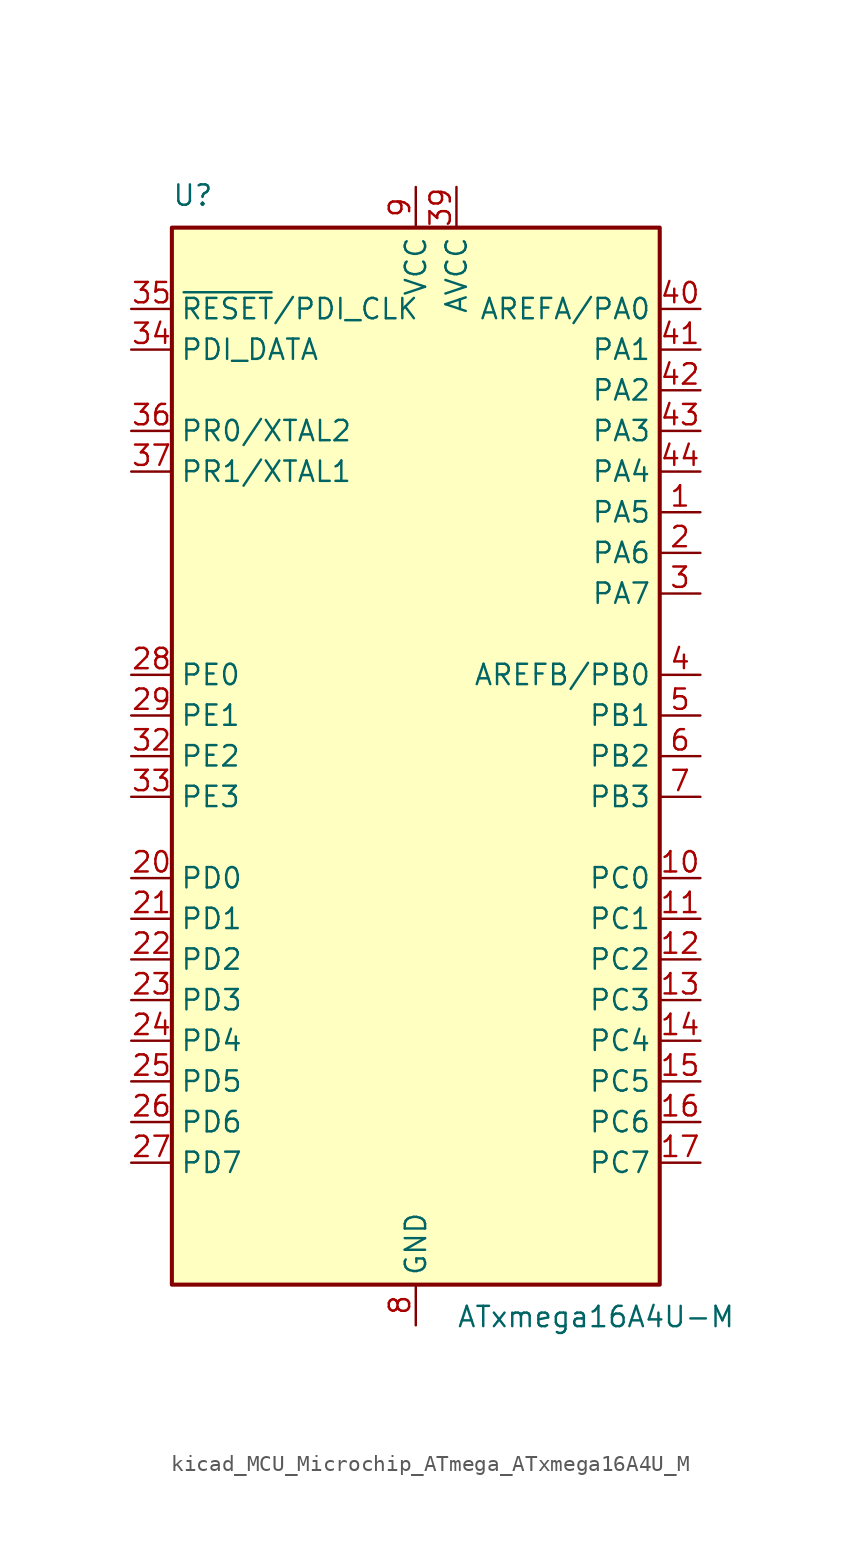
<source format=kicad_sym>
(kicad_symbol_lib
  (version 20220914)
  (generator kicad_symbol_editor)
  (symbol "kicad_MCU_Microchip_ATmega_ATxmega16A4U_M"
    (property "Reference" "U"
      (at -15.24 34.29 0)
      (effects (font (size 1.27 1.27)) (justify left bottom)))
    (property "Value" "ATxmega16A4U-M"
      (at 2.54 -34.29 0)
      (effects (font (size 1.27 1.27)) (justify left top)))
    (symbol "kicad_MCU_Microchip_ATmega_ATxmega16A4U_M_0_1"
      (rectangle (start -15.24 -33.02) (end 15.24 33.02) (stroke (width 0.254) (type default)) (fill (type background))))
    (symbol "kicad_MCU_Microchip_ATmega_ATxmega16A4U_M_1_1"
      (pin bidirectional line (at 17.78 15.24 180) (length 2.54) (name "PA5" (effects (font (size 1.27 1.27)))) (number "1" (effects (font (size 1.27 1.27)))))
      (pin bidirectional line (at 17.78 -7.62 180) (length 2.54) (name "PC0" (effects (font (size 1.27 1.27)))) (number "10" (effects (font (size 1.27 1.27)))))
      (pin bidirectional line (at 17.78 -10.16 180) (length 2.54) (name "PC1" (effects (font (size 1.27 1.27)))) (number "11" (effects (font (size 1.27 1.27)))))
      (pin bidirectional line (at 17.78 -12.7 180) (length 2.54) (name "PC2" (effects (font (size 1.27 1.27)))) (number "12" (effects (font (size 1.27 1.27)))))
      (pin bidirectional line (at 17.78 -15.24 180) (length 2.54) (name "PC3" (effects (font (size 1.27 1.27)))) (number "13" (effects (font (size 1.27 1.27)))))
      (pin bidirectional line (at 17.78 -17.78 180) (length 2.54) (name "PC4" (effects (font (size 1.27 1.27)))) (number "14" (effects (font (size 1.27 1.27)))))
      (pin bidirectional line (at 17.78 -20.32 180) (length 2.54) (name "PC5" (effects (font (size 1.27 1.27)))) (number "15" (effects (font (size 1.27 1.27)))))
      (pin bidirectional line (at 17.78 -22.86 180) (length 2.54) (name "PC6" (effects (font (size 1.27 1.27)))) (number "16" (effects (font (size 1.27 1.27)))))
      (pin bidirectional line (at 17.78 -25.4 180) (length 2.54) (name "PC7" (effects (font (size 1.27 1.27)))) (number "17" (effects (font (size 1.27 1.27)))))
      (pin passive line (at 0 -35.56 90) (length 2.54) hide (name "GND" (effects (font (size 1.27 1.27)))) (number "18" (effects (font (size 1.27 1.27)))))
      (pin passive line (at 0 35.56 270) (length 2.54) hide (name "VCC" (effects (font (size 1.27 1.27)))) (number "19" (effects (font (size 1.27 1.27)))))
      (pin bidirectional line (at 17.78 12.7 180) (length 2.54) (name "PA6" (effects (font (size 1.27 1.27)))) (number "2" (effects (font (size 1.27 1.27)))))
      (pin bidirectional line (at -17.78 -7.62 0) (length 2.54) (name "PD0" (effects (font (size 1.27 1.27)))) (number "20" (effects (font (size 1.27 1.27)))))
      (pin bidirectional line (at -17.78 -10.16 0) (length 2.54) (name "PD1" (effects (font (size 1.27 1.27)))) (number "21" (effects (font (size 1.27 1.27)))))
      (pin bidirectional line (at -17.78 -12.7 0) (length 2.54) (name "PD2" (effects (font (size 1.27 1.27)))) (number "22" (effects (font (size 1.27 1.27)))))
      (pin bidirectional line (at -17.78 -15.24 0) (length 2.54) (name "PD3" (effects (font (size 1.27 1.27)))) (number "23" (effects (font (size 1.27 1.27)))))
      (pin bidirectional line (at -17.78 -17.78 0) (length 2.54) (name "PD4" (effects (font (size 1.27 1.27)))) (number "24" (effects (font (size 1.27 1.27)))))
      (pin bidirectional line (at -17.78 -20.32 0) (length 2.54) (name "PD5" (effects (font (size 1.27 1.27)))) (number "25" (effects (font (size 1.27 1.27)))))
      (pin bidirectional line (at -17.78 -22.86 0) (length 2.54) (name "PD6" (effects (font (size 1.27 1.27)))) (number "26" (effects (font (size 1.27 1.27)))))
      (pin bidirectional line (at -17.78 -25.4 0) (length 2.54) (name "PD7" (effects (font (size 1.27 1.27)))) (number "27" (effects (font (size 1.27 1.27)))))
      (pin bidirectional line (at -17.78 5.08 0) (length 2.54) (name "PE0" (effects (font (size 1.27 1.27)))) (number "28" (effects (font (size 1.27 1.27)))))
      (pin bidirectional line (at -17.78 2.54 0) (length 2.54) (name "PE1" (effects (font (size 1.27 1.27)))) (number "29" (effects (font (size 1.27 1.27)))))
      (pin bidirectional line (at 17.78 10.16 180) (length 2.54) (name "PA7" (effects (font (size 1.27 1.27)))) (number "3" (effects (font (size 1.27 1.27)))))
      (pin passive line (at 0 -35.56 90) (length 2.54) hide (name "GND" (effects (font (size 1.27 1.27)))) (number "30" (effects (font (size 1.27 1.27)))))
      (pin passive line (at 0 35.56 270) (length 2.54) hide (name "VCC" (effects (font (size 1.27 1.27)))) (number "31" (effects (font (size 1.27 1.27)))))
      (pin bidirectional line (at -17.78 0 0) (length 2.54) (name "PE2" (effects (font (size 1.27 1.27)))) (number "32" (effects (font (size 1.27 1.27)))))
      (pin bidirectional line (at -17.78 -2.54 0) (length 2.54) (name "PE3" (effects (font (size 1.27 1.27)))) (number "33" (effects (font (size 1.27 1.27)))))
      (pin bidirectional line (at -17.78 25.4 0) (length 2.54) (name "PDI_DATA" (effects (font (size 1.27 1.27)))) (number "34" (effects (font (size 1.27 1.27)))))
      (pin input line (at -17.78 27.94 0) (length 2.54) (name "~{RESET}/PDI_CLK" (effects (font (size 1.27 1.27)))) (number "35" (effects (font (size 1.27 1.27)))))
      (pin bidirectional line (at -17.78 20.32 0) (length 2.54) (name "PR0/XTAL2" (effects (font (size 1.27 1.27)))) (number "36" (effects (font (size 1.27 1.27)))))
      (pin bidirectional line (at -17.78 17.78 0) (length 2.54) (name "PR1/XTAL1" (effects (font (size 1.27 1.27)))) (number "37" (effects (font (size 1.27 1.27)))))
      (pin passive line (at 0 -35.56 90) (length 2.54) hide (name "GND" (effects (font (size 1.27 1.27)))) (number "38" (effects (font (size 1.27 1.27)))))
      (pin power_in line (at 2.54 35.56 270) (length 2.54) (name "AVCC" (effects (font (size 1.27 1.27)))) (number "39" (effects (font (size 1.27 1.27)))))
      (pin bidirectional line (at 17.78 5.08 180) (length 2.54) (name "AREFB/PB0" (effects (font (size 1.27 1.27)))) (number "4" (effects (font (size 1.27 1.27)))))
      (pin bidirectional line (at 17.78 27.94 180) (length 2.54) (name "AREFA/PA0" (effects (font (size 1.27 1.27)))) (number "40" (effects (font (size 1.27 1.27)))))
      (pin bidirectional line (at 17.78 25.4 180) (length 2.54) (name "PA1" (effects (font (size 1.27 1.27)))) (number "41" (effects (font (size 1.27 1.27)))))
      (pin bidirectional line (at 17.78 22.86 180) (length 2.54) (name "PA2" (effects (font (size 1.27 1.27)))) (number "42" (effects (font (size 1.27 1.27)))))
      (pin bidirectional line (at 17.78 20.32 180) (length 2.54) (name "PA3" (effects (font (size 1.27 1.27)))) (number "43" (effects (font (size 1.27 1.27)))))
      (pin bidirectional line (at 17.78 17.78 180) (length 2.54) (name "PA4" (effects (font (size 1.27 1.27)))) (number "44" (effects (font (size 1.27 1.27)))))
      (pin passive line (at 0 -35.56 90) (length 2.54) hide (name "GND" (effects (font (size 1.27 1.27)))) (number "45" (effects (font (size 1.27 1.27)))))
      (pin bidirectional line (at 17.78 2.54 180) (length 2.54) (name "PB1" (effects (font (size 1.27 1.27)))) (number "5" (effects (font (size 1.27 1.27)))))
      (pin bidirectional line (at 17.78 0 180) (length 2.54) (name "PB2" (effects (font (size 1.27 1.27)))) (number "6" (effects (font (size 1.27 1.27)))))
      (pin bidirectional line (at 17.78 -2.54 180) (length 2.54) (name "PB3" (effects (font (size 1.27 1.27)))) (number "7" (effects (font (size 1.27 1.27)))))
      (pin power_in line (at 0 -35.56 90) (length 2.54) (name "GND" (effects (font (size 1.27 1.27)))) (number "8" (effects (font (size 1.27 1.27)))))
      (pin power_in line (at 0 35.56 270) (length 2.54) (name "VCC" (effects (font (size 1.27 1.27)))) (number "9" (effects (font (size 1.27 1.27))))))))
</source>
